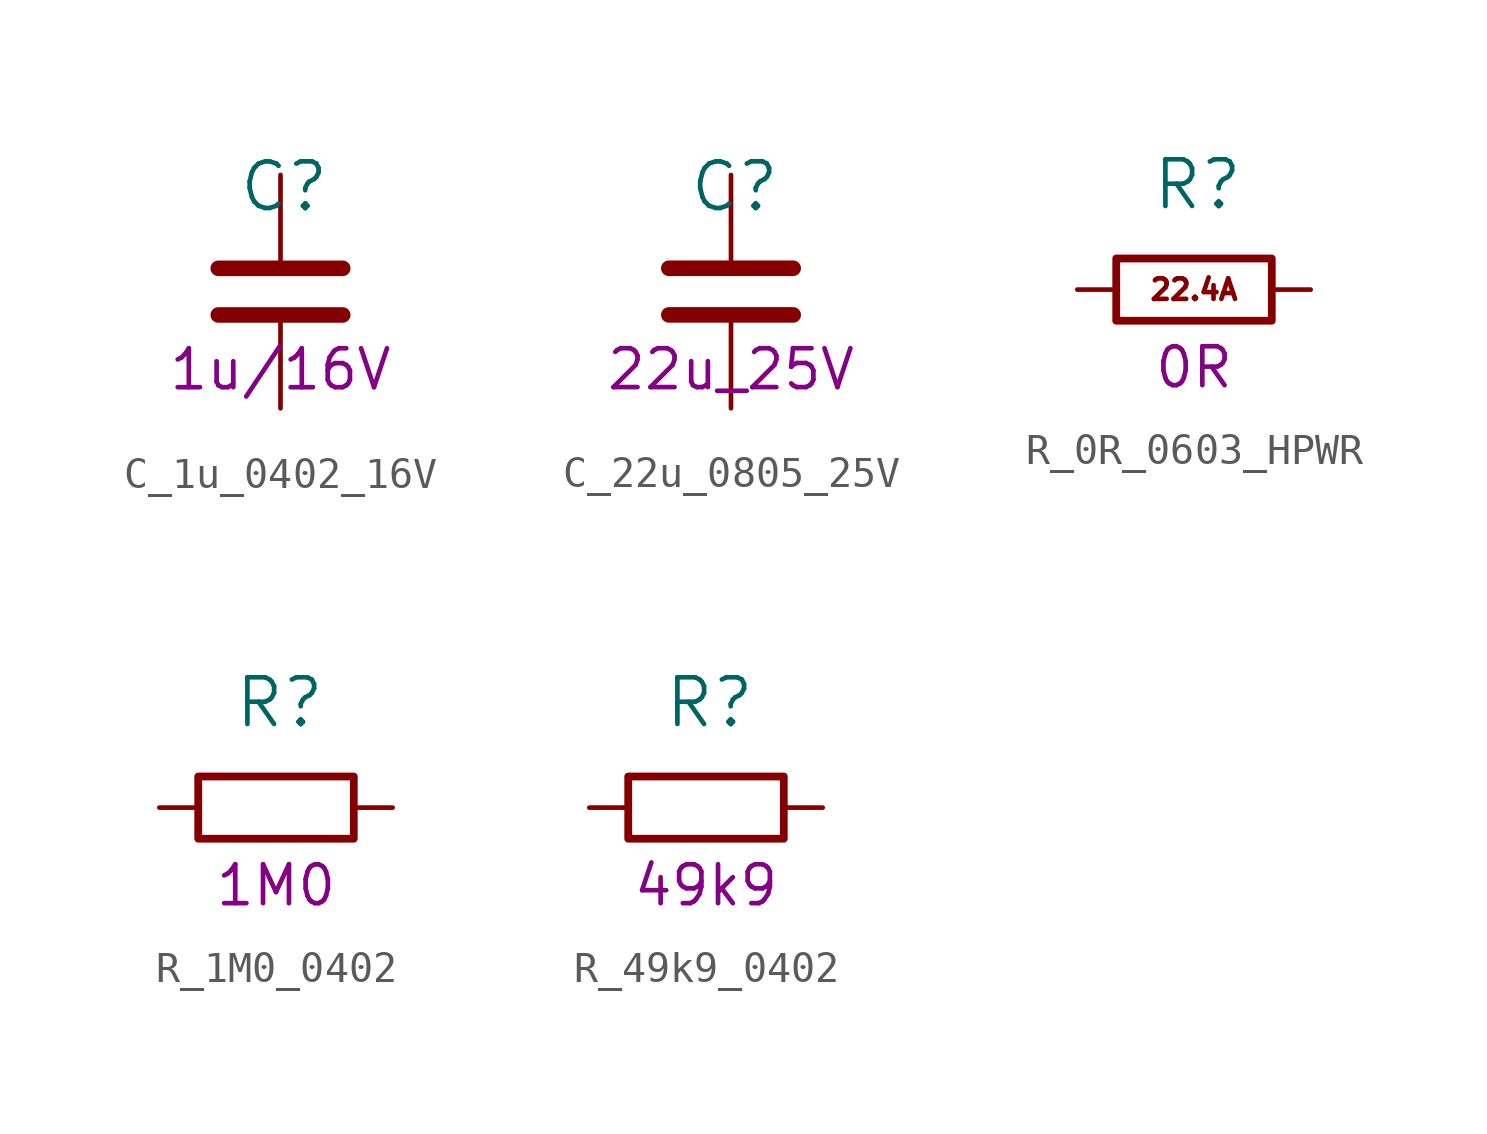
<source format=kicad_sym>
(kicad_symbol_lib
  (version 20211014)
  (generator kicad_symbol_editor)
  (symbol "C_1u_0402_16V"
    (pin_names
      (offset 0))
    (property "Reference" "C"
      (at -1.397 3.429 0)
      (effects (font (size 1.524 1.524)) (justify left)))
    (property "Val" "1u/16V"
      (at 0 -2.54 0)
      (effects (font (size 1.27 1.27))))
    (symbol "C_1u_0402_16V_1_1"
      (polyline (pts (xy -2.032 -0.762) (xy 2.032 -0.762)) (stroke (width 0.508) (type default) (color 0 0 0 0)) (fill (type none)))
      (polyline (pts (xy -2.032 0.762) (xy 2.032 0.762)) (stroke (width 0.508) (type default) (color 0 0 0 0)) (fill (type none)))
      (pin passive line (at 0 3.81 270) (length 2.794) (name "~" (effects (font (size 0 0)))) (number "1" (effects (font (size 0 0)))))
      (pin passive line (at 0 -3.81 90) (length 2.794) (name "~" (effects (font (size 0 0)))) (number "2" (effects (font (size 0 0)))))))
  (symbol "C_22u_0805_25V"
    (pin_names
      (offset 0))
    (property "Reference" "C"
      (at -1.397 3.429 0)
      (effects (font (size 1.524 1.524)) (justify left)))
    (property "Val" "22u_25V"
      (at 0 -2.54 0)
      (effects (font (size 1.27 1.27))))
    (symbol "C_22u_0805_25V_1_1"
      (polyline (pts (xy -2.032 -0.762) (xy 2.032 -0.762)) (stroke (width 0.508) (type default) (color 0 0 0 0)) (fill (type none)))
      (polyline (pts (xy -2.032 0.762) (xy 2.032 0.762)) (stroke (width 0.508) (type default) (color 0 0 0 0)) (fill (type none)))
      (pin passive line (at 0 3.81 270) (length 2.794) (name "~" (effects (font (size 0 0)))) (number "1" (effects (font (size 0 0)))))
      (pin passive line (at 0 -3.81 90) (length 2.794) (name "~" (effects (font (size 0 0)))) (number "2" (effects (font (size 0 0)))))))
  (symbol "R_0R_0603_HPWR"
    (pin_names
      (offset 0))
    (property "Reference" "R"
      (at -1.397 3.429 0)
      (effects (font (size 1.524 1.524)) (justify left)))
    (property "Val" "0R"
      (at 0 -2.54 0)
      (effects (font (size 1.27 1.27))))
    (symbol "R_0R_0603_HPWR_0_0"
      (text "22.4A" (at 0 0 0) (effects (font (size 0.67 0.67)))))
    (symbol "R_0R_0603_HPWR_1_1"
      (rectangle (start 2.54 -1.016) (end -2.54 1.016) (stroke (width 0.254) (type default) (color 0 0 0 0)) (fill (type none)))
      (pin passive line (at -3.81 0 0) (length 1.27) (name "~" (effects (font (size 0 0)))) (number "1" (effects (font (size 0 0)))))
      (pin passive line (at 3.81 0 180) (length 1.27) (name "~" (effects (font (size 0 0)))) (number "2" (effects (font (size 0 0)))))))
  (symbol "R_1M0_0402"
    (pin_names
      (offset 0))
    (property "Reference" "R"
      (at -1.397 3.429 0)
      (effects (font (size 1.524 1.524)) (justify left)))
    (property "Val" "1M0"
      (at 0 -2.54 0)
      (effects (font (size 1.27 1.27))))
    (symbol "R_1M0_0402_1_1"
      (rectangle (start 2.54 -1.016) (end -2.54 1.016) (stroke (width 0.254) (type default) (color 0 0 0 0)) (fill (type none)))
      (pin passive line (at -3.81 0 0) (length 1.27) (name "~" (effects (font (size 0 0)))) (number "1" (effects (font (size 0 0)))))
      (pin passive line (at 3.81 0 180) (length 1.27) (name "~" (effects (font (size 0 0)))) (number "2" (effects (font (size 0 0)))))))
  (symbol "R_49k9_0402"
    (pin_names
      (offset 0))
    (property "Reference" "R"
      (at -1.397 3.429 0)
      (effects (font (size 1.524 1.524)) (justify left)))
    (property "Val" "49k9"
      (at 0 -2.54 0)
      (effects (font (size 1.27 1.27))))
    (symbol "R_49k9_0402_1_1"
      (rectangle (start 2.54 -1.016) (end -2.54 1.016) (stroke (width 0.254) (type default) (color 0 0 0 0)) (fill (type none)))
      (pin passive line (at -3.81 0 0) (length 1.27) (name "~" (effects (font (size 0 0)))) (number "1" (effects (font (size 0 0)))))
      (pin passive line (at 3.81 0 180) (length 1.27) (name "~" (effects (font (size 0 0)))) (number "2" (effects (font (size 0 0))))))))
</source>
